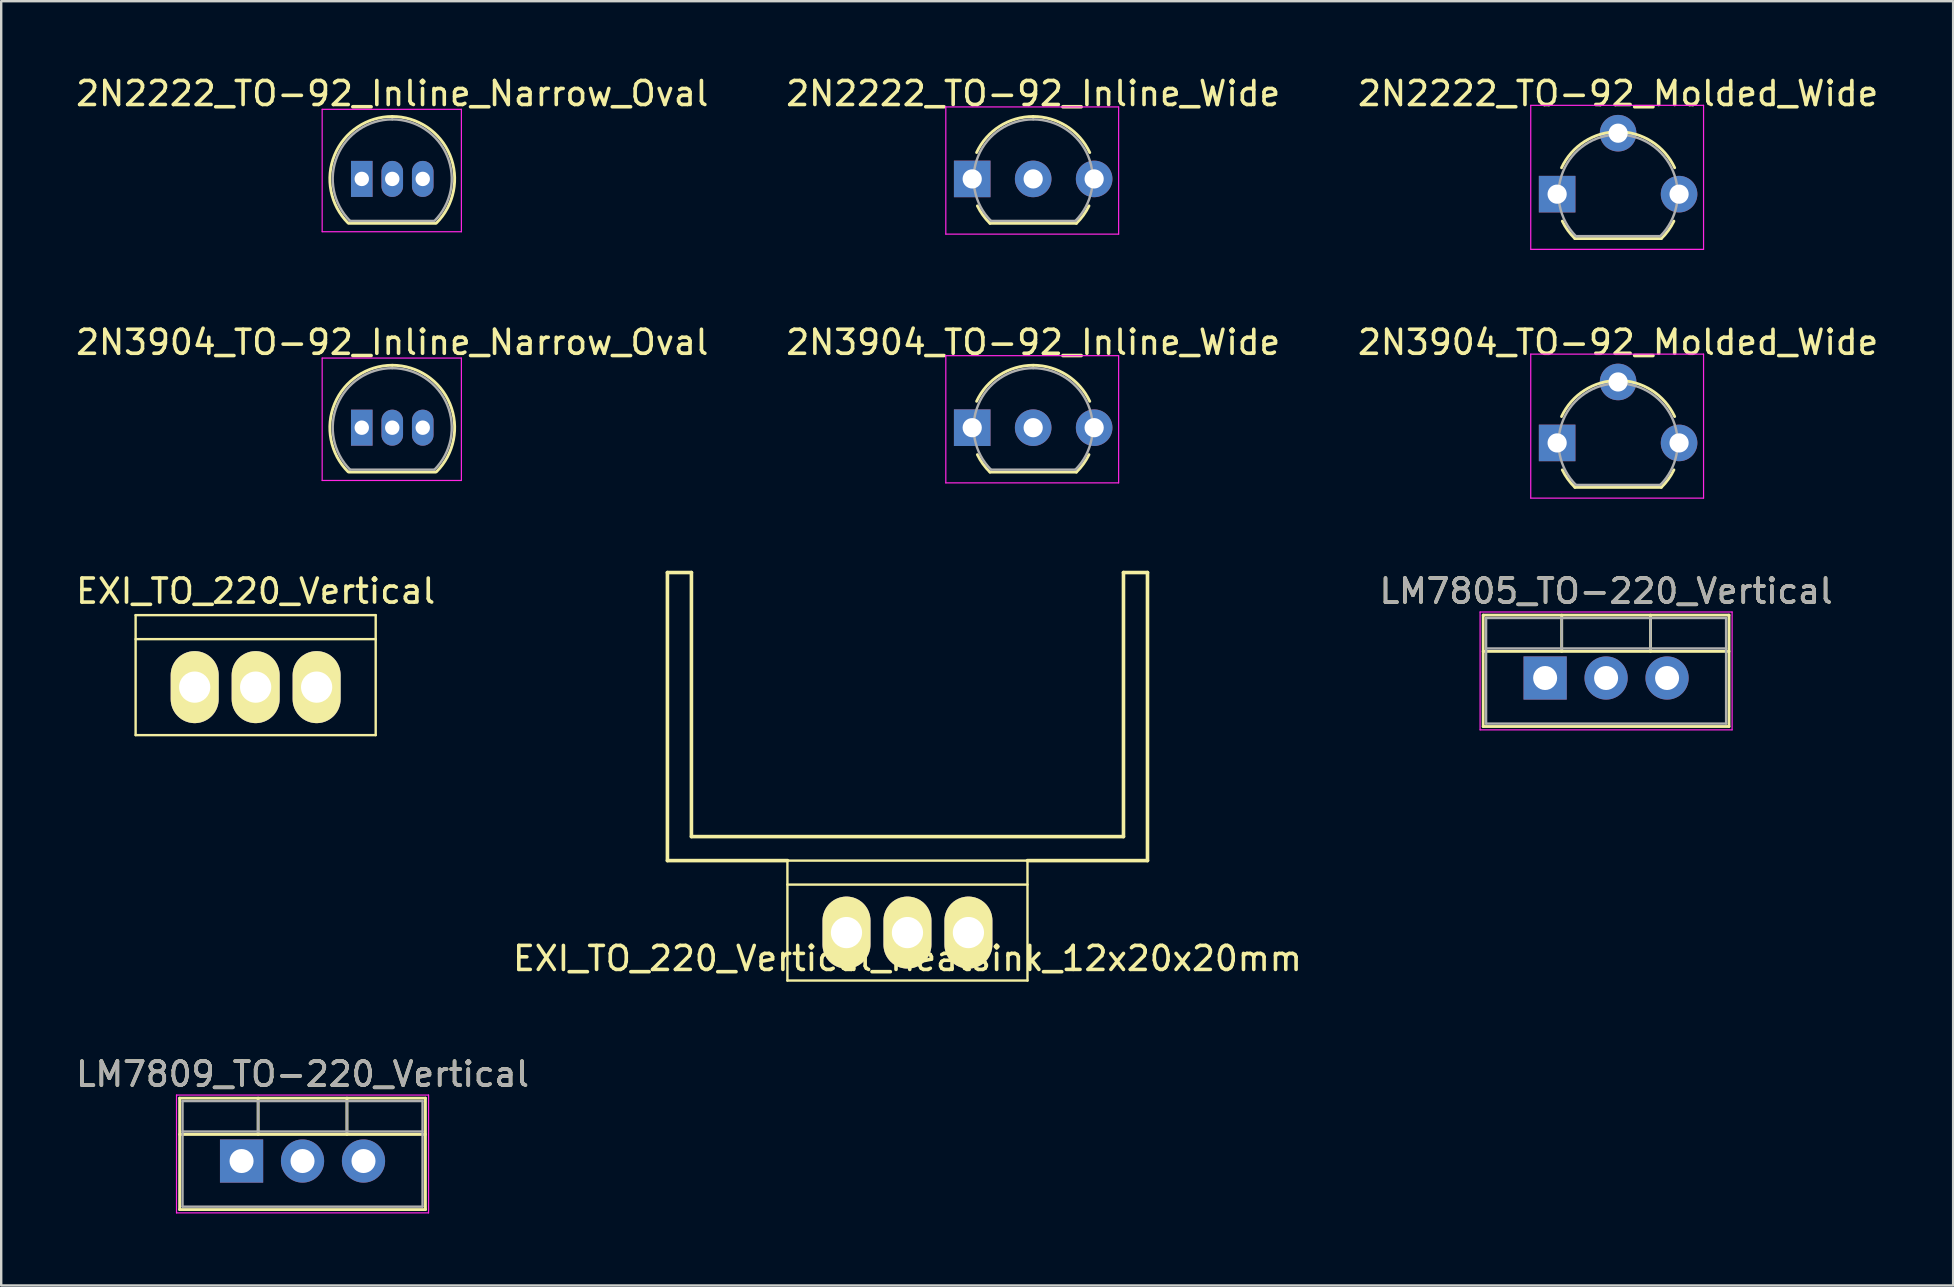
<source format=kicad_pcb>
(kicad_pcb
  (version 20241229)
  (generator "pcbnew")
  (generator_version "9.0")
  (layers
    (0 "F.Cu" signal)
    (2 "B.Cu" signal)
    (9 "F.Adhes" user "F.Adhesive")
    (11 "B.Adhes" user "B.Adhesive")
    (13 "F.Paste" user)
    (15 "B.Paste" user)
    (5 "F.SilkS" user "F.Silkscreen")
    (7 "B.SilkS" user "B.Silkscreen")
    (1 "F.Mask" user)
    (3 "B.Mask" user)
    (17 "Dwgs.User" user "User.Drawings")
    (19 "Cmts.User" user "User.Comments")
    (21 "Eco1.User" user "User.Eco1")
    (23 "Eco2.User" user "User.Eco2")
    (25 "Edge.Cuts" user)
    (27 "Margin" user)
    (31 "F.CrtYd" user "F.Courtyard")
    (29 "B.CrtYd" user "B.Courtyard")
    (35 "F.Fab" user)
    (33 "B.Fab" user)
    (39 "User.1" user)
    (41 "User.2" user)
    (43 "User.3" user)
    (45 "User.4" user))
  (footprint "2N2222_TO-92_Molded_Wide"
    (layer "F.Cu")
    (at 61.823 5.039)
    (property "Reference" "2N2222_TO-92_Molded_Wide" (at 2.54 -4.191 180) (layer "F.SilkS") (effects (font (size 1 1) (thickness 0.15))))
    (attr through_hole)
    (fp_line (start 0.74 1.85) (end 4.34 1.85) (stroke (width 0.12) (type solid)) (layer "F.SilkS"))
    (fp_arc (start 0.1836 -1.098807) (mid 1.143021 -2.192817) (end 2.54 -2.6) (stroke (width 0.12) (type solid)) (layer "F.SilkS"))
    (fp_arc (start 0.74 1.85) (mid 0.446097 1.509328) (end 0.215816 1.122795) (stroke (width 0.12) (type solid)) (layer "F.SilkS"))
    (fp_arc (start 2.54 -2.6) (mid 3.936979 -2.192818) (end 4.8964 -1.098807) (stroke (width 0.12) (type solid)) (layer "F.SilkS"))
    (fp_arc (start 4.864184 1.122795) (mid 4.633903 1.509328) (end 4.34 1.85) (stroke (width 0.12) (type solid)) (layer "F.SilkS"))
    (fp_line (start -1.1 -3.7) (end 6.1 -3.7) (stroke (width 0.05) (type solid)) (layer "F.CrtYd"))
    (fp_line (start -1.1 2.3) (end -1.1 -3.7) (stroke (width 0.05) (type solid)) (layer "F.CrtYd"))
    (fp_line (start 6.1 -3.7) (end 6.1 2.3) (stroke (width 0.05) (type solid)) (layer "F.CrtYd"))
    (fp_line (start 6.1 2.3) (end -1.1 2.3) (stroke (width 0.05) (type solid)) (layer "F.CrtYd"))
    (fp_line (start 0.8 1.75) (end 4.3 1.75) (stroke (width 0.1) (type solid)) (layer "F.Fab"))
    (fp_arc (start 0.786375 1.753625) (mid 0.248779 -0.949055) (end 2.54 -2.48) (stroke (width 0.1) (type solid)) (layer "F.Fab"))
    (fp_arc (start 2.54 -2.48) (mid 4.831221 -0.949055) (end 4.293625 1.753625) (stroke (width 0.1) (type solid)) (layer "F.Fab"))
    (pad "1" thru_hole rect (at 0 0 90) (size 1.524 1.524) (drill 0.8) (layers "*.Cu" "*.Mask"))
    (pad "2" thru_hole circle (at 2.54 -2.54 90) (size 1.524 1.524) (drill 0.8) (layers "*.Cu" "*.Mask"))
    (pad "3" thru_hole circle (at 5.08 0 90) (size 1.524 1.524) (drill 0.8) (layers "*.Cu" "*.Mask")))
  (footprint "2N2222_TO-92_Inline_Wide"
    (layer "F.Cu")
    (at 37.454 4.404)
    (property "Reference" "2N2222_TO-92_Inline_Wide" (at 2.54 -3.556 180) (layer "F.SilkS") (effects (font (size 1 1) (thickness 0.15))))
    (attr through_hole)
    (fp_line (start 0.74 1.85) (end 4.34 1.85) (stroke (width 0.12) (type solid)) (layer "F.SilkS"))
    (fp_arc (start 0.1836 -1.098807) (mid 1.143021 -2.192817) (end 2.54 -2.6) (stroke (width 0.12) (type solid)) (layer "F.SilkS"))
    (fp_arc (start 0.74 1.85) (mid 0.446097 1.509328) (end 0.215816 1.122795) (stroke (width 0.12) (type solid)) (layer "F.SilkS"))
    (fp_arc (start 2.54 -2.6) (mid 3.936979 -2.192818) (end 4.8964 -1.098807) (stroke (width 0.12) (type solid)) (layer "F.SilkS"))
    (fp_arc (start 4.864184 1.122795) (mid 4.633903 1.509328) (end 4.34 1.85) (stroke (width 0.12) (type solid)) (layer "F.SilkS"))
    (fp_line (start -1.1 -3) (end 6.1 -3) (stroke (width 0.05) (type solid)) (layer "F.CrtYd"))
    (fp_line (start -1.1 2.3) (end -1.1 -3) (stroke (width 0.05) (type solid)) (layer "F.CrtYd"))
    (fp_line (start 6.1 -3) (end 6.1 2.3) (stroke (width 0.05) (type solid)) (layer "F.CrtYd"))
    (fp_line (start 6.1 2.3) (end -1.1 2.3) (stroke (width 0.05) (type solid)) (layer "F.CrtYd"))
    (fp_line (start 0.8 1.75) (end 4.3 1.75) (stroke (width 0.1) (type solid)) (layer "F.Fab"))
    (fp_arc (start 0.786375 1.753625) (mid 0.248779 -0.949055) (end 2.54 -2.48) (stroke (width 0.1) (type solid)) (layer "F.Fab"))
    (fp_arc (start 2.54 -2.48) (mid 4.831221 -0.949055) (end 4.293625 1.753625) (stroke (width 0.1) (type solid)) (layer "F.Fab"))
    (pad "1" thru_hole rect (at 0 0 90) (size 1.524 1.524) (drill 0.8) (layers "*.Cu" "*.Mask"))
    (pad "2" thru_hole circle (at 2.54 0 90) (size 1.524 1.524) (drill 0.8) (layers "*.Cu" "*.Mask"))
    (pad "3" thru_hole circle (at 5.08 0 90) (size 1.524 1.524) (drill 0.8) (layers "*.Cu" "*.Mask")))
  (footprint "EXI_TO_220_Vertical_Heatsink_12x20x20mm"
    (layer "F.Cu")
    (at 34.756 35.803)
    (property "Reference" "EXI_TO_220_Vertical_Heatsink_12x20x20mm" (at 0 1.079 0) (layer "F.SilkS") (effects (font (size 1 1) (thickness 0.15))))
    (attr through_hole)
    (fp_line (start -10 -15) (end -10 -3) (stroke (width 0.15) (type solid)) (layer "F.SilkS"))
    (fp_line (start -10 -3) (end -5 -3) (stroke (width 0.15) (type solid)) (layer "F.SilkS"))
    (fp_line (start -9 -15) (end -10 -15) (stroke (width 0.15) (type solid)) (layer "F.SilkS"))
    (fp_line (start -9 -4) (end -9 -15) (stroke (width 0.15) (type solid)) (layer "F.SilkS"))
    (fp_line (start -5.001 -3) (end 5.001 -3) (stroke (width 0.1) (type solid)) (layer "F.SilkS"))
    (fp_line (start -5.001 -1.999) (end 5.001 -1.999) (stroke (width 0.1) (type solid)) (layer "F.SilkS"))
    (fp_line (start -5.001 1.999) (end -5.001 -3) (stroke (width 0.1) (type solid)) (layer "F.SilkS"))
    (fp_line (start 5.001 -3) (end 5.001 1.999) (stroke (width 0.1) (type solid)) (layer "F.SilkS"))
    (fp_line (start 5.001 1.999) (end -5.001 1.999) (stroke (width 0.1) (type solid)) (layer "F.SilkS"))
    (fp_line (start 9 -15) (end 9 -4) (stroke (width 0.15) (type solid)) (layer "F.SilkS"))
    (fp_line (start 9 -4) (end -9 -4) (stroke (width 0.15) (type solid)) (layer "F.SilkS"))
    (fp_line (start 10 -15) (end 9 -15) (stroke (width 0.15) (type solid)) (layer "F.SilkS"))
    (fp_line (start 10 -3) (end 5 -3) (stroke (width 0.15) (type solid)) (layer "F.SilkS"))
    (fp_line (start 10 -3) (end 10 -15) (stroke (width 0.15) (type solid)) (layer "F.SilkS"))
    (pad "1" thru_hole oval (at -2.54 0) (size 1.999 3) (drill 1.3) (layers "*.Cu" "*.Mask" "F.SilkS"))
    (pad "2" thru_hole oval (at 0 0) (size 1.999 3) (drill 1.3) (layers "*.Cu" "*.Mask" "F.SilkS"))
    (pad "3" thru_hole oval (at 2.54 0) (size 1.999 3) (drill 1.3) (layers "*.Cu" "*.Mask" "F.SilkS")))
  (footprint "2N3904_TO-92_Inline_Wide"
    (layer "F.Cu")
    (at 37.454 14.768)
    (property "Reference" "2N3904_TO-92_Inline_Wide" (at 2.54 -3.556 180) (layer "F.SilkS") (effects (font (size 1 1) (thickness 0.15))))
    (attr through_hole)
    (fp_line (start 0.74 1.85) (end 4.34 1.85) (stroke (width 0.12) (type solid)) (layer "F.SilkS"))
    (fp_arc (start 0.1836 -1.098807) (mid 1.143021 -2.192817) (end 2.54 -2.6) (stroke (width 0.12) (type solid)) (layer "F.SilkS"))
    (fp_arc (start 0.74 1.85) (mid 0.446097 1.509328) (end 0.215816 1.122795) (stroke (width 0.12) (type solid)) (layer "F.SilkS"))
    (fp_arc (start 2.54 -2.6) (mid 3.936979 -2.192818) (end 4.8964 -1.098807) (stroke (width 0.12) (type solid)) (layer "F.SilkS"))
    (fp_arc (start 4.864184 1.122795) (mid 4.633903 1.509328) (end 4.34 1.85) (stroke (width 0.12) (type solid)) (layer "F.SilkS"))
    (fp_line (start -1.1 -3) (end 6.1 -3) (stroke (width 0.05) (type solid)) (layer "F.CrtYd"))
    (fp_line (start -1.1 2.3) (end -1.1 -3) (stroke (width 0.05) (type solid)) (layer "F.CrtYd"))
    (fp_line (start 6.1 -3) (end 6.1 2.3) (stroke (width 0.05) (type solid)) (layer "F.CrtYd"))
    (fp_line (start 6.1 2.3) (end -1.1 2.3) (stroke (width 0.05) (type solid)) (layer "F.CrtYd"))
    (fp_line (start 0.8 1.75) (end 4.3 1.75) (stroke (width 0.1) (type solid)) (layer "F.Fab"))
    (fp_arc (start 0.786375 1.753625) (mid 0.248779 -0.949055) (end 2.54 -2.48) (stroke (width 0.1) (type solid)) (layer "F.Fab"))
    (fp_arc (start 2.54 -2.48) (mid 4.831221 -0.949055) (end 4.293625 1.753625) (stroke (width 0.1) (type solid)) (layer "F.Fab"))
    (pad "1" thru_hole rect (at 0 0 90) (size 1.524 1.524) (drill 0.8) (layers "*.Cu" "*.Mask"))
    (pad "2" thru_hole circle (at 2.54 0 90) (size 1.524 1.524) (drill 0.8) (layers "*.Cu" "*.Mask"))
    (pad "3" thru_hole circle (at 5.08 0 90) (size 1.524 1.524) (drill 0.8) (layers "*.Cu" "*.Mask")))
  (footprint "LM7805_TO-220_Vertical"
    (layer "F.Cu")
    (at 61.323 25.197)
    (property "Reference" "LM7805_TO-220_Vertical" (at 2.54 -3.62 0) (layer "F.SilkS") (effects (font (size 1 1) (thickness 0.15))))
    (attr through_hole)
    (fp_line (start -2.58 -2.62) (end -2.58 2.021) (stroke (width 0.12) (type solid)) (layer "F.SilkS"))
    (fp_line (start -2.58 -2.62) (end 7.66 -2.62) (stroke (width 0.12) (type solid)) (layer "F.SilkS"))
    (fp_line (start -2.58 -1.11) (end 7.66 -1.11) (stroke (width 0.12) (type solid)) (layer "F.SilkS"))
    (fp_line (start -2.58 2.021) (end 7.66 2.021) (stroke (width 0.12) (type solid)) (layer "F.SilkS"))
    (fp_line (start 0.69 -2.62) (end 0.69 -1.11) (stroke (width 0.12) (type solid)) (layer "F.SilkS"))
    (fp_line (start 4.391 -2.62) (end 4.391 -1.11) (stroke (width 0.12) (type solid)) (layer "F.SilkS"))
    (fp_line (start 7.66 -2.62) (end 7.66 2.021) (stroke (width 0.12) (type solid)) (layer "F.SilkS"))
    (fp_line (start -2.71 -2.75) (end -2.71 2.16) (stroke (width 0.05) (type solid)) (layer "F.CrtYd"))
    (fp_line (start -2.71 2.16) (end 7.79 2.16) (stroke (width 0.05) (type solid)) (layer "F.CrtYd"))
    (fp_line (start 7.79 -2.75) (end -2.71 -2.75) (stroke (width 0.05) (type solid)) (layer "F.CrtYd"))
    (fp_line (start 7.79 2.16) (end 7.79 -2.75) (stroke (width 0.05) (type solid)) (layer "F.CrtYd"))
    (fp_line (start -2.46 -2.5) (end -2.46 1.9) (stroke (width 0.1) (type solid)) (layer "F.Fab"))
    (fp_line (start -2.46 -1.23) (end 7.54 -1.23) (stroke (width 0.1) (type solid)) (layer "F.Fab"))
    (fp_line (start -2.46 1.9) (end 7.54 1.9) (stroke (width 0.1) (type solid)) (layer "F.Fab"))
    (fp_line (start 0.69 -2.5) (end 0.69 -1.23) (stroke (width 0.1) (type solid)) (layer "F.Fab"))
    (fp_line (start 4.39 -2.5) (end 4.39 -1.23) (stroke (width 0.1) (type solid)) (layer "F.Fab"))
    (fp_line (start 7.54 -2.5) (end -2.46 -2.5) (stroke (width 0.1) (type solid)) (layer "F.Fab"))
    (fp_line (start 7.54 1.9) (end 7.54 -2.5) (stroke (width 0.1) (type solid)) (layer "F.Fab"))
    (fp_text user "${REFERENCE}" (at 2.54 -3.62 0) (layer "F.Fab") (effects (font (size 1 1) (thickness 0.15))))
    (pad "1" thru_hole rect (at 0 0) (size 1.8 1.8) (drill 1) (layers "*.Cu" "*.Mask"))
    (pad "2" thru_hole oval (at 2.54 0) (size 1.8 1.8) (drill 1) (layers "*.Cu" "*.Mask"))
    (pad "3" thru_hole oval (at 5.08 0) (size 1.8 1.8) (drill 1) (layers "*.Cu" "*.Mask")))
  (footprint "LM7809_TO-220_Vertical"
    (layer "F.Cu")
    (at 7.014 45.321)
    (property "Reference" "LM7809_TO-220_Vertical" (at 2.54 -3.62 0) (layer "F.SilkS") (effects (font (size 1 1) (thickness 0.15))))
    (attr through_hole)
    (fp_line (start -2.58 -2.62) (end -2.58 2.021) (stroke (width 0.12) (type solid)) (layer "F.SilkS"))
    (fp_line (start -2.58 -2.62) (end 7.66 -2.62) (stroke (width 0.12) (type solid)) (layer "F.SilkS"))
    (fp_line (start -2.58 -1.11) (end 7.66 -1.11) (stroke (width 0.12) (type solid)) (layer "F.SilkS"))
    (fp_line (start -2.58 2.021) (end 7.66 2.021) (stroke (width 0.12) (type solid)) (layer "F.SilkS"))
    (fp_line (start 0.69 -2.62) (end 0.69 -1.11) (stroke (width 0.12) (type solid)) (layer "F.SilkS"))
    (fp_line (start 4.391 -2.62) (end 4.391 -1.11) (stroke (width 0.12) (type solid)) (layer "F.SilkS"))
    (fp_line (start 7.66 -2.62) (end 7.66 2.021) (stroke (width 0.12) (type solid)) (layer "F.SilkS"))
    (fp_line (start -2.71 -2.75) (end -2.71 2.16) (stroke (width 0.05) (type solid)) (layer "F.CrtYd"))
    (fp_line (start -2.71 2.16) (end 7.79 2.16) (stroke (width 0.05) (type solid)) (layer "F.CrtYd"))
    (fp_line (start 7.79 -2.75) (end -2.71 -2.75) (stroke (width 0.05) (type solid)) (layer "F.CrtYd"))
    (fp_line (start 7.79 2.16) (end 7.79 -2.75) (stroke (width 0.05) (type solid)) (layer "F.CrtYd"))
    (fp_line (start -2.46 -2.5) (end -2.46 1.9) (stroke (width 0.1) (type solid)) (layer "F.Fab"))
    (fp_line (start -2.46 -1.23) (end 7.54 -1.23) (stroke (width 0.1) (type solid)) (layer "F.Fab"))
    (fp_line (start -2.46 1.9) (end 7.54 1.9) (stroke (width 0.1) (type solid)) (layer "F.Fab"))
    (fp_line (start 0.69 -2.5) (end 0.69 -1.23) (stroke (width 0.1) (type solid)) (layer "F.Fab"))
    (fp_line (start 4.39 -2.5) (end 4.39 -1.23) (stroke (width 0.1) (type solid)) (layer "F.Fab"))
    (fp_line (start 7.54 -2.5) (end -2.46 -2.5) (stroke (width 0.1) (type solid)) (layer "F.Fab"))
    (fp_line (start 7.54 1.9) (end 7.54 -2.5) (stroke (width 0.1) (type solid)) (layer "F.Fab"))
    (fp_text user "${REFERENCE}" (at 2.54 -3.62 0) (layer "F.Fab") (effects (font (size 1 1) (thickness 0.15))))
    (pad "1" thru_hole rect (at 0 0) (size 1.8 1.8) (drill 1) (layers "*.Cu" "*.Mask"))
    (pad "2" thru_hole oval (at 2.54 0) (size 1.8 1.8) (drill 1) (layers "*.Cu" "*.Mask"))
    (pad "3" thru_hole oval (at 5.08 0) (size 1.8 1.8) (drill 1) (layers "*.Cu" "*.Mask")))
  (footprint "2N2222_TO-92_Inline_Narrow_Oval"
    (layer "F.Cu")
    (at 12.022 4.404)
    (property "Reference" "2N2222_TO-92_Inline_Narrow_Oval" (at 1.27 -3.556 0) (layer "F.SilkS") (effects (font (size 1 1) (thickness 0.15))))
    (attr through_hole)
    (fp_line (start -0.53 1.85) (end 3.07 1.85) (stroke (width 0.12) (type solid)) (layer "F.SilkS"))
    (fp_arc (start -0.568478 1.838478) (mid -1.132087 -0.994977) (end 1.27 -2.6) (stroke (width 0.12) (type solid)) (layer "F.SilkS"))
    (fp_arc (start 1.27 -2.6) (mid 3.672087 -0.994977) (end 3.108478 1.838478) (stroke (width 0.12) (type solid)) (layer "F.SilkS"))
    (fp_line (start -1.65 -2.9) (end 4.15 -2.9) (stroke (width 0.05) (type solid)) (layer "F.CrtYd"))
    (fp_line (start -1.65 2.2) (end -1.65 -2.9) (stroke (width 0.05) (type solid)) (layer "F.CrtYd"))
    (fp_line (start 4.15 -2.9) (end 4.15 2.2) (stroke (width 0.05) (type solid)) (layer "F.CrtYd"))
    (fp_line (start 4.15 2.2) (end -1.65 2.2) (stroke (width 0.05) (type solid)) (layer "F.CrtYd"))
    (fp_line (start -0.5 1.75) (end 3 1.75) (stroke (width 0.1) (type solid)) (layer "F.Fab"))
    (fp_arc (start -0.483625 1.753625) (mid -1.021221 -0.949055) (end 1.27 -2.48) (stroke (width 0.1) (type solid)) (layer "F.Fab"))
    (fp_arc (start 1.27 -2.48) (mid 3.561221 -0.949055) (end 3.023625 1.753625) (stroke (width 0.1) (type solid)) (layer "F.Fab"))
    (pad "1" thru_hole rect (at 0 0 180) (size 0.899 1.501) (drill 0.6) (layers "*.Cu" "*.Mask"))
    (pad "2" thru_hole oval (at 1.27 0 180) (size 0.899 1.501) (drill 0.6) (layers "*.Cu" "*.Mask"))
    (pad "3" thru_hole oval (at 2.54 0 180) (size 0.899 1.501) (drill 0.6) (layers "*.Cu" "*.Mask")))
  (footprint "2N3904_TO-92_Molded_Wide"
    (layer "F.Cu")
    (at 61.823 15.403)
    (property "Reference" "2N3904_TO-92_Molded_Wide" (at 2.54 -4.191 180) (layer "F.SilkS") (effects (font (size 1 1) (thickness 0.15))))
    (attr through_hole)
    (fp_line (start 0.74 1.85) (end 4.34 1.85) (stroke (width 0.12) (type solid)) (layer "F.SilkS"))
    (fp_arc (start 0.1836 -1.098807) (mid 1.143021 -2.192817) (end 2.54 -2.6) (stroke (width 0.12) (type solid)) (layer "F.SilkS"))
    (fp_arc (start 0.74 1.85) (mid 0.446097 1.509328) (end 0.215816 1.122795) (stroke (width 0.12) (type solid)) (layer "F.SilkS"))
    (fp_arc (start 2.54 -2.6) (mid 3.936979 -2.192818) (end 4.8964 -1.098807) (stroke (width 0.12) (type solid)) (layer "F.SilkS"))
    (fp_arc (start 4.864184 1.122795) (mid 4.633903 1.509328) (end 4.34 1.85) (stroke (width 0.12) (type solid)) (layer "F.SilkS"))
    (fp_line (start -1.1 -3.7) (end 6.1 -3.7) (stroke (width 0.05) (type solid)) (layer "F.CrtYd"))
    (fp_line (start -1.1 2.3) (end -1.1 -3.7) (stroke (width 0.05) (type solid)) (layer "F.CrtYd"))
    (fp_line (start 6.1 -3.7) (end 6.1 2.3) (stroke (width 0.05) (type solid)) (layer "F.CrtYd"))
    (fp_line (start 6.1 2.3) (end -1.1 2.3) (stroke (width 0.05) (type solid)) (layer "F.CrtYd"))
    (fp_line (start 0.8 1.75) (end 4.3 1.75) (stroke (width 0.1) (type solid)) (layer "F.Fab"))
    (fp_arc (start 0.786375 1.753625) (mid 0.248779 -0.949055) (end 2.54 -2.48) (stroke (width 0.1) (type solid)) (layer "F.Fab"))
    (fp_arc (start 2.54 -2.48) (mid 4.831221 -0.949055) (end 4.293625 1.753625) (stroke (width 0.1) (type solid)) (layer "F.Fab"))
    (pad "1" thru_hole rect (at 0 0 90) (size 1.524 1.524) (drill 0.8) (layers "*.Cu" "*.Mask"))
    (pad "2" thru_hole circle (at 2.54 -2.54 90) (size 1.524 1.524) (drill 0.8) (layers "*.Cu" "*.Mask"))
    (pad "3" thru_hole circle (at 5.08 0 90) (size 1.524 1.524) (drill 0.8) (layers "*.Cu" "*.Mask")))
  (footprint "2N3904_TO-92_Inline_Narrow_Oval"
    (layer "F.Cu")
    (at 12.022 14.768)
    (property "Reference" "2N3904_TO-92_Inline_Narrow_Oval" (at 1.27 -3.556 0) (layer "F.SilkS") (effects (font (size 1 1) (thickness 0.15))))
    (attr through_hole)
    (fp_line (start -0.53 1.85) (end 3.07 1.85) (stroke (width 0.12) (type solid)) (layer "F.SilkS"))
    (fp_arc (start -0.568478 1.838478) (mid -1.132087 -0.994977) (end 1.27 -2.6) (stroke (width 0.12) (type solid)) (layer "F.SilkS"))
    (fp_arc (start 1.27 -2.6) (mid 3.672087 -0.994977) (end 3.108478 1.838478) (stroke (width 0.12) (type solid)) (layer "F.SilkS"))
    (fp_line (start -1.65 -2.9) (end 4.15 -2.9) (stroke (width 0.05) (type solid)) (layer "F.CrtYd"))
    (fp_line (start -1.65 2.2) (end -1.65 -2.9) (stroke (width 0.05) (type solid)) (layer "F.CrtYd"))
    (fp_line (start 4.15 -2.9) (end 4.15 2.2) (stroke (width 0.05) (type solid)) (layer "F.CrtYd"))
    (fp_line (start 4.15 2.2) (end -1.65 2.2) (stroke (width 0.05) (type solid)) (layer "F.CrtYd"))
    (fp_line (start -0.5 1.75) (end 3 1.75) (stroke (width 0.1) (type solid)) (layer "F.Fab"))
    (fp_arc (start -0.483625 1.753625) (mid -1.021221 -0.949055) (end 1.27 -2.48) (stroke (width 0.1) (type solid)) (layer "F.Fab"))
    (fp_arc (start 1.27 -2.48) (mid 3.561221 -0.949055) (end 3.023625 1.753625) (stroke (width 0.1) (type solid)) (layer "F.Fab"))
    (pad "1" thru_hole rect (at 0 0 180) (size 0.899 1.501) (drill 0.6) (layers "*.Cu" "*.Mask"))
    (pad "2" thru_hole oval (at 1.27 0 180) (size 0.899 1.501) (drill 0.6) (layers "*.Cu" "*.Mask"))
    (pad "3" thru_hole oval (at 2.54 0 180) (size 0.899 1.501) (drill 0.6) (layers "*.Cu" "*.Mask")))
  (footprint "EXI_TO_220_Vertical"
    (layer "F.Cu")
    (at 7.601 25.577)
    (property "Reference" "EXI_TO_220_Vertical" (at 0 -4 0) (layer "F.SilkS") (effects (font (size 1 1) (thickness 0.15))))
    (attr through_hole)
    (fp_line (start -5.001 -3) (end 5.001 -3) (stroke (width 0.1) (type solid)) (layer "F.SilkS"))
    (fp_line (start -5.001 -1.999) (end 5.001 -1.999) (stroke (width 0.1) (type solid)) (layer "F.SilkS"))
    (fp_line (start -5.001 1.999) (end -5.001 -3) (stroke (width 0.1) (type solid)) (layer "F.SilkS"))
    (fp_line (start 5.001 -3) (end 5.001 1.999) (stroke (width 0.1) (type solid)) (layer "F.SilkS"))
    (fp_line (start 5.001 1.999) (end -5.001 1.999) (stroke (width 0.1) (type solid)) (layer "F.SilkS"))
    (pad "1" thru_hole oval (at -2.54 0) (size 1.999 3) (drill 1.3) (layers "*.Cu" "*.Mask" "F.SilkS"))
    (pad "2" thru_hole oval (at 0 0) (size 1.999 3) (drill 1.3) (layers "*.Cu" "*.Mask" "F.SilkS"))
    (pad "3" thru_hole oval (at 2.54 0) (size 1.999 3) (drill 1.3) (layers "*.Cu" "*.Mask" "F.SilkS")))
  (gr_rect
    (start -3 -3)
    (end 78.321 50.506)
    (stroke (width 0.1) (type default))
    (fill no)
    (layer "Edge.Cuts")))
</source>
